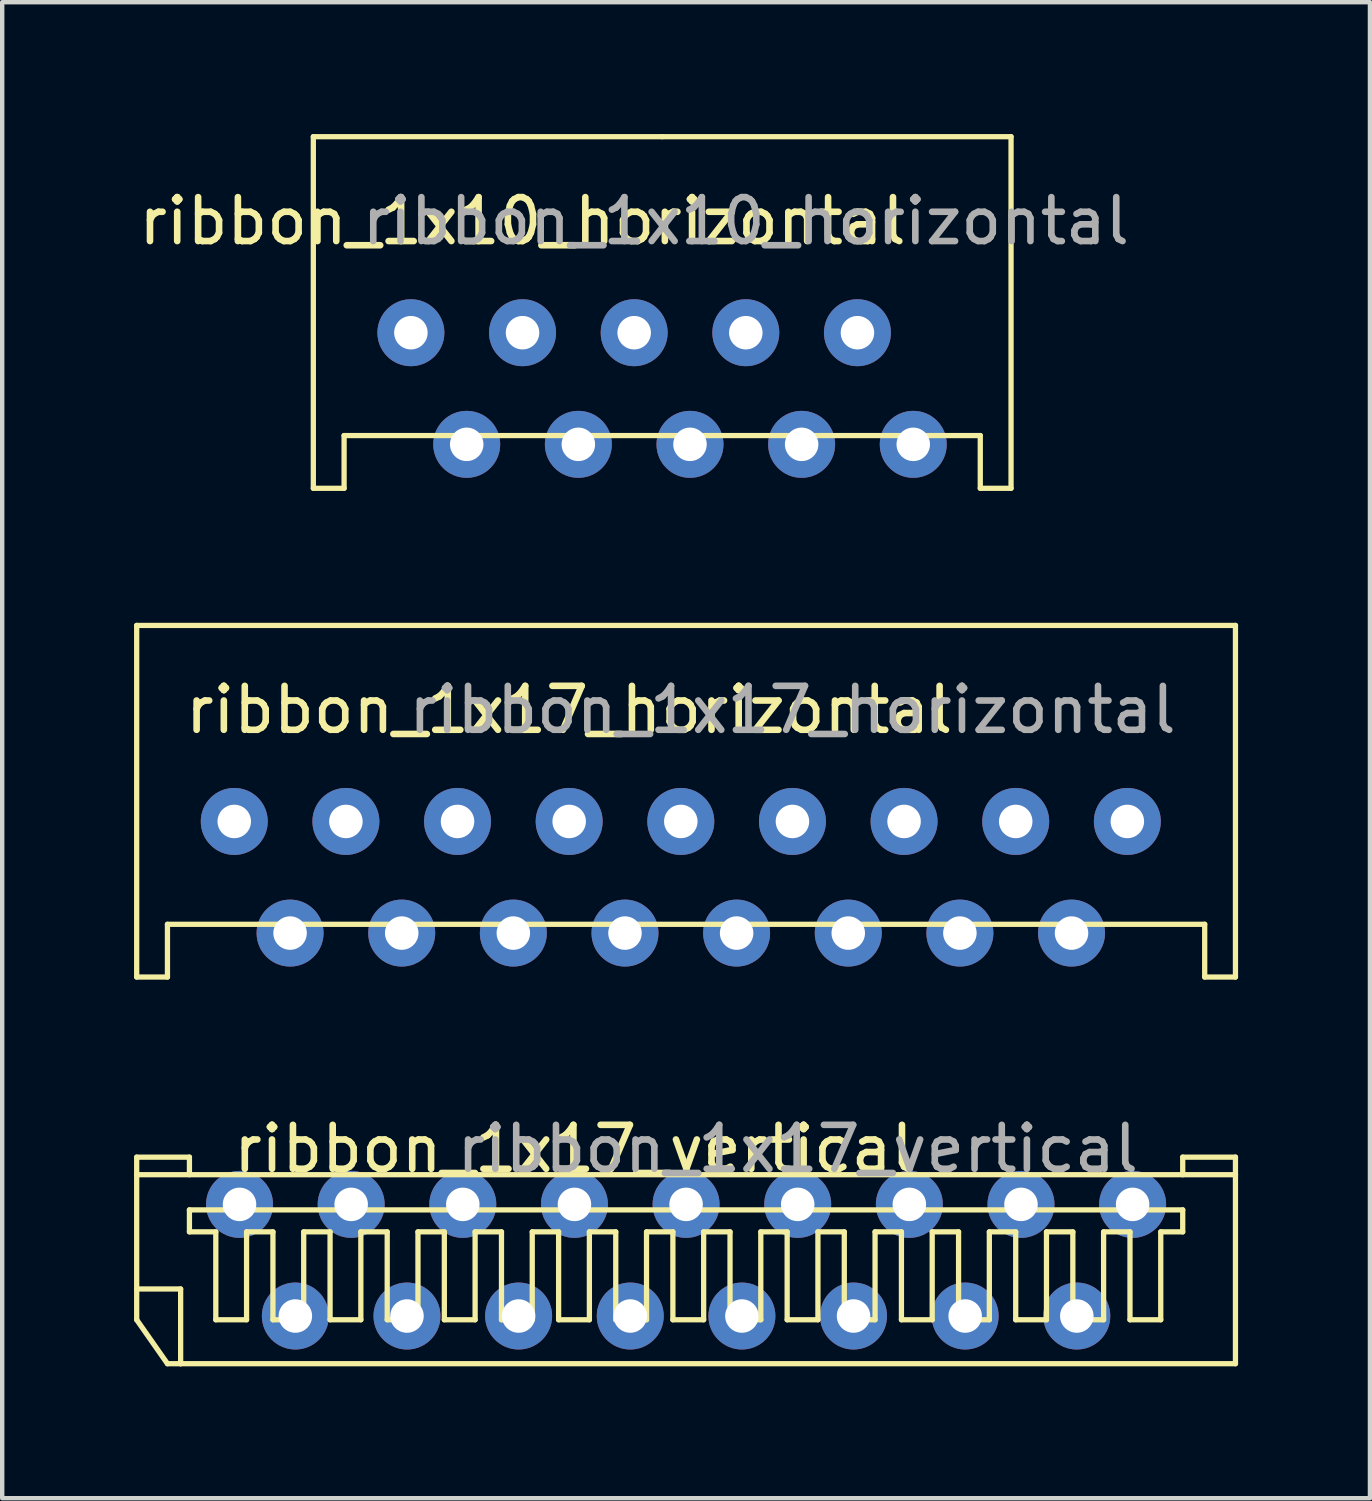
<source format=kicad_pcb>
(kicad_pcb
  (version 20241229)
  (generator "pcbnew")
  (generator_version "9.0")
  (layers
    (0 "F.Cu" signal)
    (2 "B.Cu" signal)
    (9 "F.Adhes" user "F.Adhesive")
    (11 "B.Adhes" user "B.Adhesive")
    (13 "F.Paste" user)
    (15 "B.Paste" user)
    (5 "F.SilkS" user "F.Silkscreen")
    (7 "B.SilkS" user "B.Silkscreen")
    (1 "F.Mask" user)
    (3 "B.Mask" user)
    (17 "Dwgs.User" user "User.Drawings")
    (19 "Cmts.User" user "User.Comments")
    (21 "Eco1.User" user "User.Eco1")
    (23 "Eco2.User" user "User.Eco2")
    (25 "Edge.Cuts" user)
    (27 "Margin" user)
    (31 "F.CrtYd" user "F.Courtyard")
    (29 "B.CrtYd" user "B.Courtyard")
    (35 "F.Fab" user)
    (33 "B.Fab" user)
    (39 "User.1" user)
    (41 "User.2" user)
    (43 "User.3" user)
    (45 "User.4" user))
  (footprint "ribbon_1x17_horizontal"
    (layer "F.Cu")
    (at 12.44 15.64)
    (property "Reference" "ribbon_1x17_horizontal" (at -2.54 -2.54 0) (unlocked yes) (layer "F.SilkS") (effects (font (size 1 1) (thickness 0.15))))
    (attr through_hole)
    (fp_line (start -12.38 -4.46) (end 12.62 -4.46) (stroke (width 0.12) (type solid)) (layer "F.SilkS"))
    (fp_line (start -12.38 3.54) (end -12.38 -4.46) (stroke (width 0.12) (type solid)) (layer "F.SilkS"))
    (fp_line (start -11.68 2.34) (end -11.68 3.54) (stroke (width 0.12) (type solid)) (layer "F.SilkS"))
    (fp_line (start -11.68 3.54) (end -12.38 3.54) (stroke (width 0.12) (type solid)) (layer "F.SilkS"))
    (fp_line (start 11.92 2.34) (end -11.68 2.34) (stroke (width 0.12) (type solid)) (layer "F.SilkS"))
    (fp_line (start 11.92 3.54) (end 11.92 2.34) (stroke (width 0.12) (type solid)) (layer "F.SilkS"))
    (fp_line (start 12.62 -4.46) (end 12.62 3.54) (stroke (width 0.12) (type solid)) (layer "F.SilkS"))
    (fp_line (start 12.62 3.54) (end 11.92 3.54) (stroke (width 0.12) (type solid)) (layer "F.SilkS"))
    (fp_text user "${REFERENCE}" (at 2.54 -2.54 0) (unlocked yes) (layer "F.Fab") (effects (font (size 1 1) (thickness 0.15))))
    (pad "1" thru_hole circle (at -10.16 0) (size 1.524 1.524) (drill 0.762) (layers "*.Cu" "*.Mask"))
    (pad "2" thru_hole circle (at -8.89 2.54) (size 1.524 1.524) (drill 0.762) (layers "*.Cu" "*.Mask"))
    (pad "3" thru_hole circle (at -7.62 0) (size 1.524 1.524) (drill 0.762) (layers "*.Cu" "*.Mask"))
    (pad "4" thru_hole circle (at -6.35 2.54) (size 1.524 1.524) (drill 0.762) (layers "*.Cu" "*.Mask"))
    (pad "5" thru_hole circle (at -5.08 0) (size 1.524 1.524) (drill 0.762) (layers "*.Cu" "*.Mask"))
    (pad "6" thru_hole circle (at -3.81 2.54) (size 1.524 1.524) (drill 0.762) (layers "*.Cu" "*.Mask"))
    (pad "7" thru_hole circle (at -2.54 0) (size 1.524 1.524) (drill 0.762) (layers "*.Cu" "*.Mask"))
    (pad "8" thru_hole circle (at -1.27 2.54) (size 1.524 1.524) (drill 0.762) (layers "*.Cu" "*.Mask"))
    (pad "9" thru_hole circle (at 0 0) (size 1.524 1.524) (drill 0.762) (layers "*.Cu" "*.Mask"))
    (pad "10" thru_hole circle (at 1.27 2.54) (size 1.524 1.524) (drill 0.762) (layers "*.Cu" "*.Mask"))
    (pad "11" thru_hole circle (at 2.54 0) (size 1.524 1.524) (drill 0.762) (layers "*.Cu" "*.Mask"))
    (pad "12" thru_hole circle (at 3.81 2.54) (size 1.524 1.524) (drill 0.762) (layers "*.Cu" "*.Mask"))
    (pad "13" thru_hole circle (at 5.08 0) (size 1.524 1.524) (drill 0.762) (layers "*.Cu" "*.Mask"))
    (pad "14" thru_hole circle (at 6.35 2.54) (size 1.524 1.524) (drill 0.762) (layers "*.Cu" "*.Mask"))
    (pad "15" thru_hole circle (at 7.62 0) (size 1.524 1.524) (drill 0.762) (layers "*.Cu" "*.Mask"))
    (pad "16" thru_hole circle (at 8.89 2.54) (size 1.524 1.524) (drill 0.762) (layers "*.Cu" "*.Mask"))
    (pad "17" thru_hole circle (at 10.16 0) (size 1.524 1.524) (drill 0.762) (layers "*.Cu" "*.Mask")))
  (footprint "ribbon_1x10_horizontal"
    (layer "F.Cu")
    (at 11.379 4.52)
    (property "Reference" "ribbon_1x10_horizontal" (at -2.54 -2.54 0) (unlocked yes) (layer "F.SilkS") (effects (font (size 1 1) (thickness 0.15))))
    (attr through_hole)
    (fp_line (start -7.3 -4.46) (end 0.635 -4.46) (stroke (width 0.12) (type solid)) (layer "F.SilkS"))
    (fp_line (start -7.3 3.54) (end -7.3 -4.46) (stroke (width 0.12) (type solid)) (layer "F.SilkS"))
    (fp_line (start -6.6 2.34) (end -6.6 3.54) (stroke (width 0.12) (type solid)) (layer "F.SilkS"))
    (fp_line (start -6.6 3.54) (end -7.3 3.54) (stroke (width 0.12) (type solid)) (layer "F.SilkS"))
    (fp_line (start 0.635 2.34) (end -6.6 2.34) (stroke (width 0.12) (type solid)) (layer "F.SilkS"))
    (fp_line (start 0.64 2.34) (end 7.875 2.34) (stroke (width 0.12) (type solid)) (layer "F.SilkS"))
    (fp_line (start 7.875 2.34) (end 7.875 3.54) (stroke (width 0.12) (type solid)) (layer "F.SilkS"))
    (fp_line (start 7.875 3.54) (end 8.575 3.54) (stroke (width 0.12) (type solid)) (layer "F.SilkS"))
    (fp_line (start 8.575 -4.46) (end 0.64 -4.46) (stroke (width 0.12) (type solid)) (layer "F.SilkS"))
    (fp_line (start 8.575 3.54) (end 8.575 -4.46) (stroke (width 0.12) (type solid)) (layer "F.SilkS"))
    (fp_text user "${REFERENCE}" (at 2.54 -2.54 0) (unlocked yes) (layer "F.Fab") (effects (font (size 1 1) (thickness 0.15))))
    (pad "1" thru_hole circle (at -5.08 0) (size 1.524 1.524) (drill 0.762) (layers "*.Cu" "*.Mask"))
    (pad "2" thru_hole circle (at -3.81 2.54) (size 1.524 1.524) (drill 0.762) (layers "*.Cu" "*.Mask"))
    (pad "3" thru_hole circle (at -2.54 0) (size 1.524 1.524) (drill 0.762) (layers "*.Cu" "*.Mask"))
    (pad "4" thru_hole circle (at -1.27 2.54) (size 1.524 1.524) (drill 0.762) (layers "*.Cu" "*.Mask"))
    (pad "5" thru_hole circle (at 0 0) (size 1.524 1.524) (drill 0.762) (layers "*.Cu" "*.Mask"))
    (pad "6" thru_hole circle (at 1.27 2.54) (size 1.524 1.524) (drill 0.762) (layers "*.Cu" "*.Mask"))
    (pad "7" thru_hole circle (at 2.54 0) (size 1.524 1.524) (drill 0.762) (layers "*.Cu" "*.Mask"))
    (pad "8" thru_hole circle (at 3.81 2.54) (size 1.524 1.524) (drill 0.762) (layers "*.Cu" "*.Mask"))
    (pad "9" thru_hole circle (at 5.08 0) (size 1.524 1.524) (drill 0.762) (layers "*.Cu" "*.Mask"))
    (pad "10" thru_hole circle (at 6.35 2.54) (size 1.524 1.524) (drill 0.762) (layers "*.Cu" "*.Mask")))
  (footprint "ribbon_1x17_vertical"
    (layer "F.Cu")
    (at 12.56 24.353)
    (property "Reference" "ribbon_1x17_vertical" (at -2.54 -1.265 0) (unlocked yes) (layer "F.SilkS") (effects (font (size 1 1) (thickness 0.15))))
    (attr through_hole)
    (fp_line (start -12.5 -1.075) (end -11.3 -1.075) (stroke (width 0.12) (type solid)) (layer "F.SilkS"))
    (fp_line (start -12.5 -0.675) (end -12.5 -1.075) (stroke (width 0.12) (type solid)) (layer "F.SilkS"))
    (fp_line (start -12.5 -0.675) (end -12.5 1.925) (stroke (width 0.12) (type solid)) (layer "F.SilkS"))
    (fp_line (start -12.5 1.925) (end -11.5 1.925) (stroke (width 0.12) (type solid)) (layer "F.SilkS"))
    (fp_line (start -12.5 2.625) (end -12.5 1.925) (stroke (width 0.12) (type solid)) (layer "F.SilkS"))
    (fp_line (start -11.8 3.625) (end -12.5 2.625) (stroke (width 0.12) (type solid)) (layer "F.SilkS"))
    (fp_line (start -11.5 1.925) (end -11.5 3.625) (stroke (width 0.12) (type solid)) (layer "F.SilkS"))
    (fp_line (start -11.5 3.625) (end -11.8 3.625) (stroke (width 0.12) (type solid)) (layer "F.SilkS"))
    (fp_line (start -11.5 3.625) (end 12.5 3.625) (stroke (width 0.12) (type solid)) (layer "F.SilkS"))
    (fp_line (start -11.3 -1.075) (end -11.3 -0.675) (stroke (width 0.12) (type solid)) (layer "F.SilkS"))
    (fp_line (start -11.3 0.125) (end -11.3 0.625) (stroke (width 0.12) (type solid)) (layer "F.SilkS"))
    (fp_line (start -11.3 0.625) (end -10.7 0.625) (stroke (width 0.12) (type solid)) (layer "F.SilkS"))
    (fp_line (start -10.7 0.625) (end -10.7 2.625) (stroke (width 0.12) (type solid)) (layer "F.SilkS"))
    (fp_line (start -10.7 2.625) (end -10 2.625) (stroke (width 0.12) (type solid)) (layer "F.SilkS"))
    (fp_line (start -10 0.625) (end -9.4 0.625) (stroke (width 0.12) (type solid)) (layer "F.SilkS"))
    (fp_line (start -10 2.625) (end -10 0.625) (stroke (width 0.12) (type solid)) (layer "F.SilkS"))
    (fp_line (start -9.4 0.625) (end -9.4 2.625) (stroke (width 0.12) (type solid)) (layer "F.SilkS"))
    (fp_line (start -9.4 2.625) (end -8.7 2.625) (stroke (width 0.12) (type solid)) (layer "F.SilkS"))
    (fp_line (start -8.7 0.625) (end -8.1 0.625) (stroke (width 0.12) (type solid)) (layer "F.SilkS"))
    (fp_line (start -8.7 2.625) (end -8.7 0.625) (stroke (width 0.12) (type solid)) (layer "F.SilkS"))
    (fp_line (start -8.1 0.625) (end -8.1 2.625) (stroke (width 0.12) (type solid)) (layer "F.SilkS"))
    (fp_line (start -8.1 2.625) (end -7.4 2.625) (stroke (width 0.12) (type solid)) (layer "F.SilkS"))
    (fp_line (start -7.4 0.625) (end -6.8 0.625) (stroke (width 0.12) (type solid)) (layer "F.SilkS"))
    (fp_line (start -7.4 2.625) (end -7.4 0.625) (stroke (width 0.12) (type solid)) (layer "F.SilkS"))
    (fp_line (start -6.8 0.625) (end -6.8 2.625) (stroke (width 0.12) (type solid)) (layer "F.SilkS"))
    (fp_line (start -6.8 2.625) (end -6.1 2.625) (stroke (width 0.12) (type solid)) (layer "F.SilkS"))
    (fp_line (start -6.1 0.625) (end -5.5 0.625) (stroke (width 0.12) (type solid)) (layer "F.SilkS"))
    (fp_line (start -6.1 2.625) (end -6.1 0.625) (stroke (width 0.12) (type solid)) (layer "F.SilkS"))
    (fp_line (start -5.5 0.625) (end -5.5 2.625) (stroke (width 0.12) (type solid)) (layer "F.SilkS"))
    (fp_line (start -5.5 2.625) (end -4.8 2.625) (stroke (width 0.12) (type solid)) (layer "F.SilkS"))
    (fp_line (start -4.8 0.625) (end -4.2 0.625) (stroke (width 0.12) (type solid)) (layer "F.SilkS"))
    (fp_line (start -4.8 2.625) (end -4.8 0.625) (stroke (width 0.12) (type solid)) (layer "F.SilkS"))
    (fp_line (start -4.2 0.625) (end -4.2 2.625) (stroke (width 0.12) (type solid)) (layer "F.SilkS"))
    (fp_line (start -4.2 2.625) (end -3.5 2.625) (stroke (width 0.12) (type solid)) (layer "F.SilkS"))
    (fp_line (start -3.5 0.625) (end -2.9 0.625) (stroke (width 0.12) (type solid)) (layer "F.SilkS"))
    (fp_line (start -3.5 2.625) (end -3.5 0.625) (stroke (width 0.12) (type solid)) (layer "F.SilkS"))
    (fp_line (start -2.9 0.625) (end -2.9 2.625) (stroke (width 0.12) (type solid)) (layer "F.SilkS"))
    (fp_line (start -2.9 2.625) (end -2.2 2.625) (stroke (width 0.12) (type solid)) (layer "F.SilkS"))
    (fp_line (start -2.2 0.625) (end -1.6 0.625) (stroke (width 0.12) (type solid)) (layer "F.SilkS"))
    (fp_line (start -2.2 2.625) (end -2.2 0.625) (stroke (width 0.12) (type solid)) (layer "F.SilkS"))
    (fp_line (start -1.6 0.625) (end -1.6 2.625) (stroke (width 0.12) (type solid)) (layer "F.SilkS"))
    (fp_line (start -1.6 2.625) (end -0.9 2.625) (stroke (width 0.12) (type solid)) (layer "F.SilkS"))
    (fp_line (start -0.9 0.625) (end -0.3 0.625) (stroke (width 0.12) (type solid)) (layer "F.SilkS"))
    (fp_line (start -0.9 2.625) (end -0.9 0.625) (stroke (width 0.12) (type solid)) (layer "F.SilkS"))
    (fp_line (start -0.3 0.625) (end -0.3 2.625) (stroke (width 0.12) (type solid)) (layer "F.SilkS"))
    (fp_line (start -0.3 2.625) (end 0.4 2.625) (stroke (width 0.12) (type solid)) (layer "F.SilkS"))
    (fp_line (start 0.4 0.625) (end 1 0.625) (stroke (width 0.12) (type solid)) (layer "F.SilkS"))
    (fp_line (start 0.4 2.625) (end 0.4 0.625) (stroke (width 0.12) (type solid)) (layer "F.SilkS"))
    (fp_line (start 1 0.625) (end 1 2.625) (stroke (width 0.12) (type solid)) (layer "F.SilkS"))
    (fp_line (start 1 2.625) (end 1.7 2.625) (stroke (width 0.12) (type solid)) (layer "F.SilkS"))
    (fp_line (start 1.7 0.625) (end 2.3 0.625) (stroke (width 0.12) (type solid)) (layer "F.SilkS"))
    (fp_line (start 1.7 2.625) (end 1.7 0.625) (stroke (width 0.12) (type solid)) (layer "F.SilkS"))
    (fp_line (start 2.3 0.625) (end 2.3 2.625) (stroke (width 0.12) (type solid)) (layer "F.SilkS"))
    (fp_line (start 2.3 2.625) (end 3 2.625) (stroke (width 0.12) (type solid)) (layer "F.SilkS"))
    (fp_line (start 3 0.625) (end 3.6 0.625) (stroke (width 0.12) (type solid)) (layer "F.SilkS"))
    (fp_line (start 3 2.625) (end 3 0.625) (stroke (width 0.12) (type solid)) (layer "F.SilkS"))
    (fp_line (start 3.6 0.625) (end 3.6 2.625) (stroke (width 0.12) (type solid)) (layer "F.SilkS"))
    (fp_line (start 3.6 2.625) (end 4.3 2.625) (stroke (width 0.12) (type solid)) (layer "F.SilkS"))
    (fp_line (start 4.3 0.625) (end 4.9 0.625) (stroke (width 0.12) (type solid)) (layer "F.SilkS"))
    (fp_line (start 4.3 2.625) (end 4.3 0.625) (stroke (width 0.12) (type solid)) (layer "F.SilkS"))
    (fp_line (start 4.9 0.625) (end 4.9 2.625) (stroke (width 0.12) (type solid)) (layer "F.SilkS"))
    (fp_line (start 4.9 2.625) (end 5.6 2.625) (stroke (width 0.12) (type solid)) (layer "F.SilkS"))
    (fp_line (start 5.6 0.625) (end 6.2 0.625) (stroke (width 0.12) (type solid)) (layer "F.SilkS"))
    (fp_line (start 5.6 2.625) (end 5.6 0.625) (stroke (width 0.12) (type solid)) (layer "F.SilkS"))
    (fp_line (start 6.2 0.625) (end 6.2 2.625) (stroke (width 0.12) (type solid)) (layer "F.SilkS"))
    (fp_line (start 6.2 2.625) (end 6.9 2.625) (stroke (width 0.12) (type solid)) (layer "F.SilkS"))
    (fp_line (start 6.9 0.625) (end 7.5 0.625) (stroke (width 0.12) (type solid)) (layer "F.SilkS"))
    (fp_line (start 6.9 2.625) (end 6.9 0.625) (stroke (width 0.12) (type solid)) (layer "F.SilkS"))
    (fp_line (start 7.5 0.625) (end 7.5 2.625) (stroke (width 0.12) (type solid)) (layer "F.SilkS"))
    (fp_line (start 7.5 2.625) (end 8.2 2.625) (stroke (width 0.12) (type solid)) (layer "F.SilkS"))
    (fp_line (start 8.2 0.625) (end 8.8 0.625) (stroke (width 0.12) (type solid)) (layer "F.SilkS"))
    (fp_line (start 8.2 2.625) (end 8.2 0.625) (stroke (width 0.12) (type solid)) (layer "F.SilkS"))
    (fp_line (start 8.8 0.625) (end 8.8 2.625) (stroke (width 0.12) (type solid)) (layer "F.SilkS"))
    (fp_line (start 8.8 2.625) (end 9.5 2.625) (stroke (width 0.12) (type solid)) (layer "F.SilkS"))
    (fp_line (start 9.5 0.625) (end 10.1 0.625) (stroke (width 0.12) (type solid)) (layer "F.SilkS"))
    (fp_line (start 9.5 2.625) (end 9.5 0.625) (stroke (width 0.12) (type solid)) (layer "F.SilkS"))
    (fp_line (start 10.1 0.625) (end 10.1 2.625) (stroke (width 0.12) (type solid)) (layer "F.SilkS"))
    (fp_line (start 10.1 2.625) (end 10.8 2.625) (stroke (width 0.12) (type solid)) (layer "F.SilkS"))
    (fp_line (start 10.8 0.625) (end 11.3 0.625) (stroke (width 0.12) (type solid)) (layer "F.SilkS"))
    (fp_line (start 10.8 2.625) (end 10.8 0.625) (stroke (width 0.12) (type solid)) (layer "F.SilkS"))
    (fp_line (start 11.3 -1.075) (end 11.3 -0.675) (stroke (width 0.12) (type solid)) (layer "F.SilkS"))
    (fp_line (start 11.3 0.125) (end -11.3 0.125) (stroke (width 0.12) (type solid)) (layer "F.SilkS"))
    (fp_line (start 11.3 0.625) (end 11.3 0.125) (stroke (width 0.12) (type solid)) (layer "F.SilkS"))
    (fp_line (start 12.5 -1.075) (end 11.3 -1.075) (stroke (width 0.12) (type solid)) (layer "F.SilkS"))
    (fp_line (start 12.5 -0.675) (end -12.5 -0.675) (stroke (width 0.12) (type solid)) (layer "F.SilkS"))
    (fp_line (start 12.5 -0.675) (end 12.5 -1.075) (stroke (width 0.12) (type solid)) (layer "F.SilkS"))
    (fp_line (start 12.5 3.625) (end 12.5 -0.675) (stroke (width 0.12) (type solid)) (layer "F.SilkS"))
    (fp_text user "${REFERENCE}" (at 2.54 -1.265 0) (unlocked yes) (layer "F.Fab") (effects (font (size 1 1) (thickness 0.15))))
    (pad "1" thru_hole circle (at -10.16 0) (size 1.524 1.524) (drill 0.762) (layers "*.Cu" "*.Mask"))
    (pad "2" thru_hole circle (at -8.89 2.54) (size 1.524 1.524) (drill 0.762) (layers "*.Cu" "*.Mask"))
    (pad "3" thru_hole circle (at -7.62 0) (size 1.524 1.524) (drill 0.762) (layers "*.Cu" "*.Mask"))
    (pad "4" thru_hole circle (at -6.35 2.54) (size 1.524 1.524) (drill 0.762) (layers "*.Cu" "*.Mask"))
    (pad "5" thru_hole circle (at -5.08 0) (size 1.524 1.524) (drill 0.762) (layers "*.Cu" "*.Mask"))
    (pad "6" thru_hole circle (at -3.81 2.54) (size 1.524 1.524) (drill 0.762) (layers "*.Cu" "*.Mask"))
    (pad "7" thru_hole circle (at -2.54 0) (size 1.524 1.524) (drill 0.762) (layers "*.Cu" "*.Mask"))
    (pad "8" thru_hole circle (at -1.27 2.54) (size 1.524 1.524) (drill 0.762) (layers "*.Cu" "*.Mask"))
    (pad "9" thru_hole circle (at 0 0) (size 1.524 1.524) (drill 0.762) (layers "*.Cu" "*.Mask"))
    (pad "10" thru_hole circle (at 1.27 2.54) (size 1.524 1.524) (drill 0.762) (layers "*.Cu" "*.Mask"))
    (pad "11" thru_hole circle (at 2.54 0) (size 1.524 1.524) (drill 0.762) (layers "*.Cu" "*.Mask"))
    (pad "12" thru_hole circle (at 3.81 2.54) (size 1.524 1.524) (drill 0.762) (layers "*.Cu" "*.Mask"))
    (pad "13" thru_hole circle (at 5.08 0) (size 1.524 1.524) (drill 0.762) (layers "*.Cu" "*.Mask"))
    (pad "14" thru_hole circle (at 6.35 2.54) (size 1.524 1.524) (drill 0.762) (layers "*.Cu" "*.Mask"))
    (pad "15" thru_hole circle (at 7.62 0) (size 1.524 1.524) (drill 0.762) (layers "*.Cu" "*.Mask"))
    (pad "16" thru_hole circle (at 8.89 2.54) (size 1.524 1.524) (drill 0.762) (layers "*.Cu" "*.Mask"))
    (pad "17" thru_hole circle (at 10.16 0) (size 1.524 1.524) (drill 0.762) (layers "*.Cu" "*.Mask")))
  (gr_rect
    (start -3 -3)
    (end 28.12 31.038)
    (stroke (width 0.1) (type default))
    (fill no)
    (layer "Edge.Cuts")))
</source>
